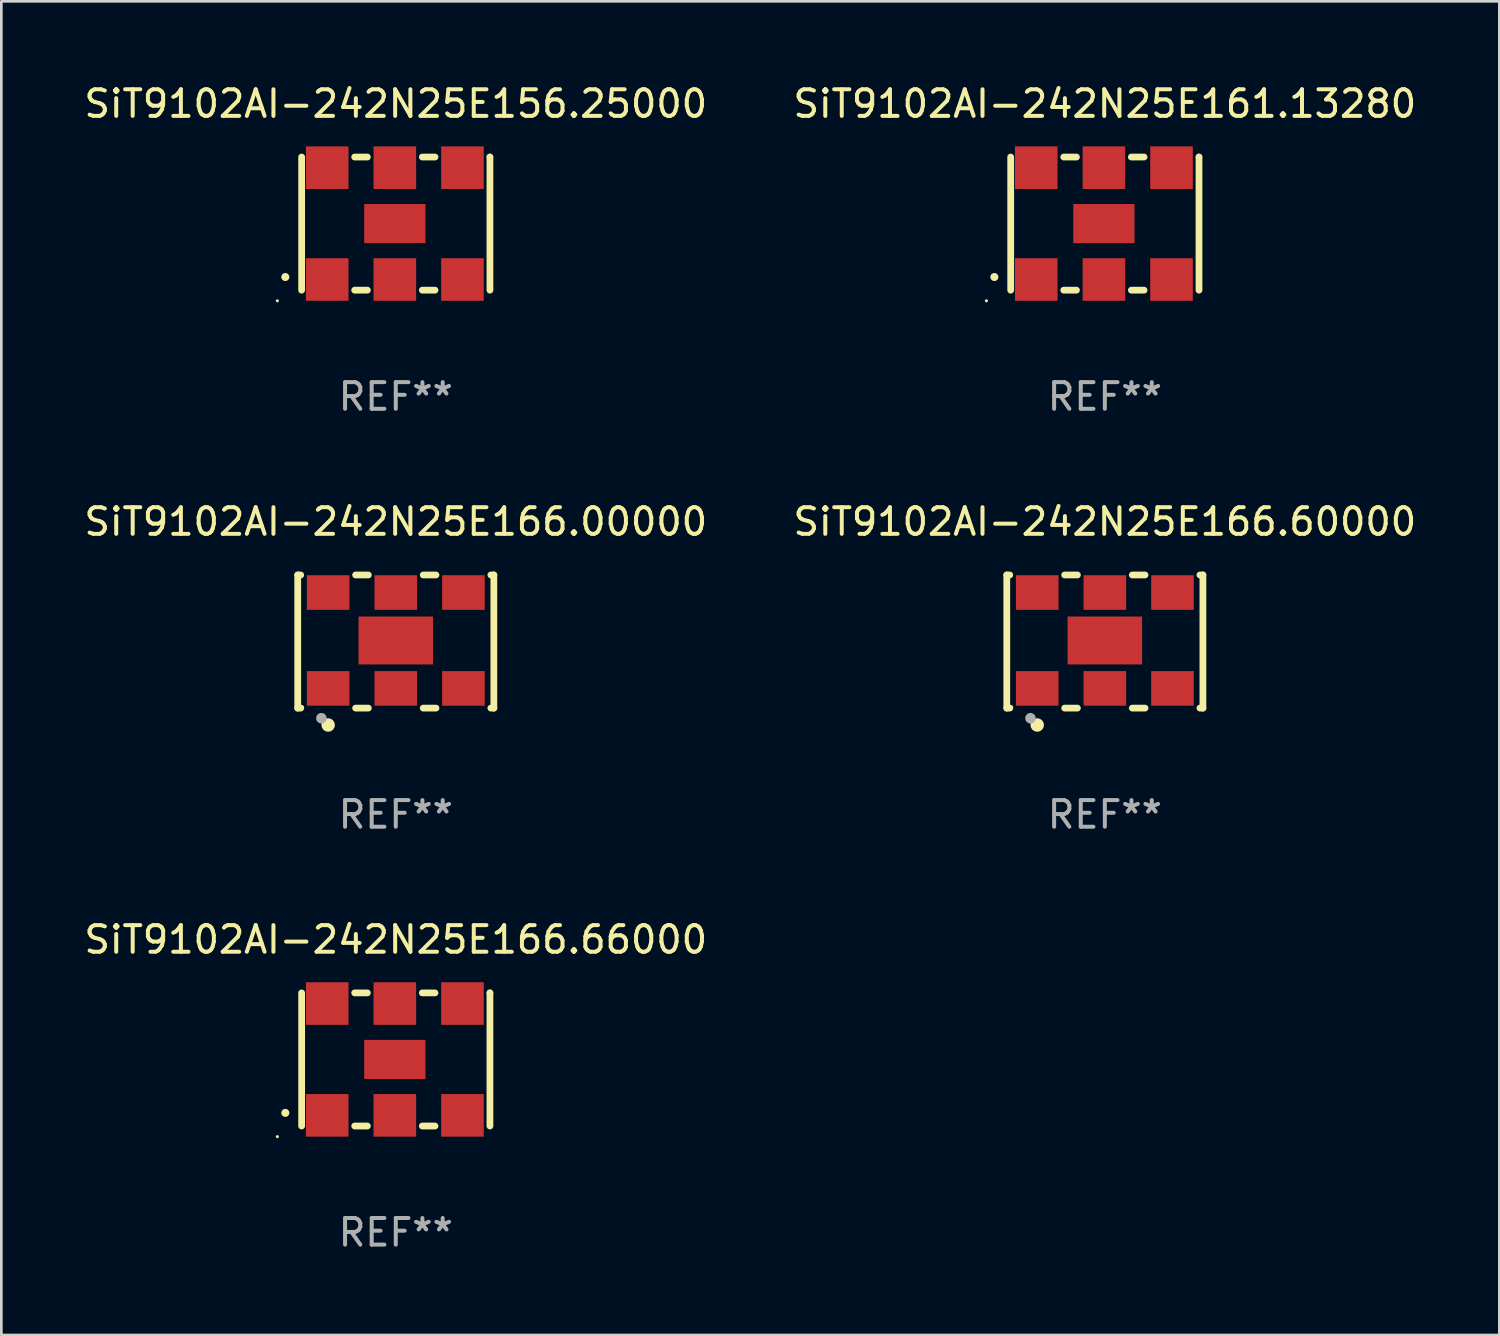
<source format=kicad_pcb>
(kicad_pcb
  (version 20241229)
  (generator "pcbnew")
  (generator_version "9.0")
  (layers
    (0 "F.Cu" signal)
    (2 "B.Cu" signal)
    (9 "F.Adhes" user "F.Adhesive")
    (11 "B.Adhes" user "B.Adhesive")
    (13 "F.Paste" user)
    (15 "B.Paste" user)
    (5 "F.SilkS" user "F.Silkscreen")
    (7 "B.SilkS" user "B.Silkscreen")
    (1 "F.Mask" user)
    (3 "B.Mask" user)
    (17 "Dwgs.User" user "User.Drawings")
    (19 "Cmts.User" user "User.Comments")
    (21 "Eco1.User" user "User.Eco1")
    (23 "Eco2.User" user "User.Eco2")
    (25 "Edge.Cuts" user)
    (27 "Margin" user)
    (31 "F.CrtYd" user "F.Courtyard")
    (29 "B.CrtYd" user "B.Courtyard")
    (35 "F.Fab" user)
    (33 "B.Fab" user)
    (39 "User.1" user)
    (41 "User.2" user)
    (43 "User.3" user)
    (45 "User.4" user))
  (footprint "SiT9102AI-242N25E161.13280"
    (layer "F.Cu")
    (at 38.446 5.348)
    (property "Reference" "SiT9102AI-242N25E161.13280" (at 0 -4.5 0) (layer "F.SilkS") (effects (font (size 1 1) (thickness 0.15))))
    (attr through_hole)
    (fp_line (start -3.536 -2.5) (end -3.536 2.5) (stroke (width 0.254) (type solid)) (layer "F.SilkS"))
    (fp_line (start -1.544 2.5) (end -1.067 2.5) (stroke (width 0.254) (type solid)) (layer "F.SilkS"))
    (fp_line (start -1.067 -2.5) (end -1.544 -2.5) (stroke (width 0.254) (type solid)) (layer "F.SilkS"))
    (fp_line (start 0.996 2.5) (end 1.473 2.5) (stroke (width 0.254) (type solid)) (layer "F.SilkS"))
    (fp_line (start 1.473 -2.5) (end 0.996 -2.5) (stroke (width 0.254) (type solid)) (layer "F.SilkS"))
    (fp_line (start 3.536 -2.5) (end 3.536 -2.5) (stroke (width 0.254) (type solid)) (layer "F.SilkS"))
    (fp_line (start 3.536 2.5) (end 3.536 -2.5) (stroke (width 0.254) (type solid)) (layer "F.SilkS"))
    (fp_arc (start -4.150432 2.006604) (mid -4.149162 2.006599) (end -4.147892 2.006604) (stroke (width 0.3) (type solid)) (layer "F.SilkS"))
    (fp_circle (center -4.449 2.9) (end -4.419 2.9) (stroke (width 0.06) (type solid)) (fill no) (layer "F.SilkS"))
    (fp_text user "REF**" (at 0 6.5 0) (layer "F.Fab") (effects (font (size 1 1) (thickness 0.15))))
    (pad "1" smd rect (at -2.576 2.1) (size 1.6 1.6) (layers "F.Cu" "F.Mask" "F.Paste"))
    (pad "2" smd rect (at -0.036 2.1) (size 1.6 1.6) (layers "F.Cu" "F.Mask" "F.Paste"))
    (pad "3" smd rect (at 2.504 2.1) (size 1.6 1.6) (layers "F.Cu" "F.Mask" "F.Paste"))
    (pad "4" smd rect (at 2.504 -2.1) (size 1.6 1.6) (layers "F.Cu" "F.Mask" "F.Paste"))
    (pad "5" smd rect (at -0.036 -2.1) (size 1.6 1.6) (layers "F.Cu" "F.Mask" "F.Paste"))
    (pad "6" smd rect (at -2.576 -2.1) (size 1.6 1.6) (layers "F.Cu" "F.Mask" "F.Paste"))
    (pad "7" smd rect (at -0.036 0) (size 2.3 1.47) (layers "F.Cu" "F.Mask" "F.Paste")))
  (footprint "SiT9102AI-242N25E166.60000"
    (layer "F.Cu")
    (at 38.446 21.045)
    (property "Reference" "SiT9102AI-242N25E166.60000" (at 0 -4.5 0) (layer "F.SilkS") (effects (font (size 1 1) (thickness 0.15))))
    (attr through_hole)
    (fp_line (start -3.683 -2.5) (end -3.571 -2.5) (stroke (width 0.254) (type solid)) (layer "F.SilkS"))
    (fp_line (start -3.683 2.5) (end -3.683 -2.5) (stroke (width 0.254) (type solid)) (layer "F.SilkS"))
    (fp_line (start -3.683 2.5) (end -3.571 2.5) (stroke (width 0.254) (type solid)) (layer "F.SilkS"))
    (fp_line (start -1.509 -2.5) (end -1.031 -2.5) (stroke (width 0.254) (type solid)) (layer "F.SilkS"))
    (fp_line (start -1.509 2.5) (end -1.031 2.5) (stroke (width 0.254) (type solid)) (layer "F.SilkS"))
    (fp_line (start 1.031 -2.5) (end 1.509 -2.5) (stroke (width 0.254) (type solid)) (layer "F.SilkS"))
    (fp_line (start 1.031 2.5) (end 1.509 2.5) (stroke (width 0.254) (type solid)) (layer "F.SilkS"))
    (fp_line (start 3.571 -2.5) (end 3.683 -2.5) (stroke (width 0.254) (type solid)) (layer "F.SilkS"))
    (fp_line (start 3.571 2.5) (end 3.683 2.5) (stroke (width 0.254) (type solid)) (layer "F.SilkS"))
    (fp_line (start 3.683 2.5) (end 3.683 -2.5) (stroke (width 0.254) (type solid)) (layer "F.SilkS"))
    (fp_circle (center -3.5 2.46) (end -3.47 2.46) (stroke (width 0.06) (type solid)) (fill no) (layer "F.SilkS"))
    (fp_circle (center -2.54 3.135) (end -2.413 3.135) (stroke (width 0.254) (type solid)) (fill no) (layer "F.SilkS"))
    (fp_circle (center -2.794 2.881) (end -2.694 2.881) (stroke (width 0.2) (type solid)) (fill no) (layer "F.Fab"))
    (fp_text user "REF**" (at 0 6.5 0) (layer "F.Fab") (effects (font (size 1 1) (thickness 0.15))))
    (pad "1" smd rect (at -2.54 1.76) (size 1.6 1.3) (layers "F.Cu" "F.Mask" "F.Paste"))
    (pad "2" smd rect (at 0 1.76) (size 1.6 1.3) (layers "F.Cu" "F.Mask" "F.Paste"))
    (pad "3" smd rect (at 2.54 1.76) (size 1.6 1.3) (layers "F.Cu" "F.Mask" "F.Paste"))
    (pad "4" smd rect (at 2.54 -1.84) (size 1.6 1.3) (layers "F.Cu" "F.Mask" "F.Paste"))
    (pad "5" smd rect (at 0 -1.84) (size 1.6 1.3) (layers "F.Cu" "F.Mask" "F.Paste"))
    (pad "6" smd rect (at -2.54 -1.84) (size 1.6 1.3) (layers "F.Cu" "F.Mask" "F.Paste"))
    (pad "7" smd rect (at 0 -0.04) (size 2.8 1.8) (layers "F.Cu" "F.Mask" "F.Paste")))
  (footprint "SiT9102AI-242N25E156.25000"
    (layer "F.Cu")
    (at 11.815 5.348)
    (property "Reference" "SiT9102AI-242N25E156.25000" (at 0 -4.5 0) (layer "F.SilkS") (effects (font (size 1 1) (thickness 0.15))))
    (attr through_hole)
    (fp_line (start -3.536 -2.5) (end -3.536 2.5) (stroke (width 0.254) (type solid)) (layer "F.SilkS"))
    (fp_line (start -1.544 2.5) (end -1.067 2.5) (stroke (width 0.254) (type solid)) (layer "F.SilkS"))
    (fp_line (start -1.067 -2.5) (end -1.544 -2.5) (stroke (width 0.254) (type solid)) (layer "F.SilkS"))
    (fp_line (start 0.996 2.5) (end 1.473 2.5) (stroke (width 0.254) (type solid)) (layer "F.SilkS"))
    (fp_line (start 1.473 -2.5) (end 0.996 -2.5) (stroke (width 0.254) (type solid)) (layer "F.SilkS"))
    (fp_line (start 3.536 -2.5) (end 3.536 -2.5) (stroke (width 0.254) (type solid)) (layer "F.SilkS"))
    (fp_line (start 3.536 2.5) (end 3.536 -2.5) (stroke (width 0.254) (type solid)) (layer "F.SilkS"))
    (fp_arc (start -4.150432 2.006604) (mid -4.149162 2.006599) (end -4.147892 2.006604) (stroke (width 0.3) (type solid)) (layer "F.SilkS"))
    (fp_circle (center -4.449 2.9) (end -4.419 2.9) (stroke (width 0.06) (type solid)) (fill no) (layer "F.SilkS"))
    (fp_text user "REF**" (at 0 6.5 0) (layer "F.Fab") (effects (font (size 1 1) (thickness 0.15))))
    (pad "1" smd rect (at -2.576 2.1) (size 1.6 1.6) (layers "F.Cu" "F.Mask" "F.Paste"))
    (pad "2" smd rect (at -0.036 2.1) (size 1.6 1.6) (layers "F.Cu" "F.Mask" "F.Paste"))
    (pad "3" smd rect (at 2.504 2.1) (size 1.6 1.6) (layers "F.Cu" "F.Mask" "F.Paste"))
    (pad "4" smd rect (at 2.504 -2.1) (size 1.6 1.6) (layers "F.Cu" "F.Mask" "F.Paste"))
    (pad "5" smd rect (at -0.036 -2.1) (size 1.6 1.6) (layers "F.Cu" "F.Mask" "F.Paste"))
    (pad "6" smd rect (at -2.576 -2.1) (size 1.6 1.6) (layers "F.Cu" "F.Mask" "F.Paste"))
    (pad "7" smd rect (at -0.036 0) (size 2.3 1.47) (layers "F.Cu" "F.Mask" "F.Paste")))
  (footprint "SiT9102AI-242N25E166.66000"
    (layer "F.Cu")
    (at 11.815 36.741)
    (property "Reference" "SiT9102AI-242N25E166.66000" (at 0 -4.5 0) (layer "F.SilkS") (effects (font (size 1 1) (thickness 0.15))))
    (attr through_hole)
    (fp_line (start -3.536 -2.5) (end -3.536 2.5) (stroke (width 0.254) (type solid)) (layer "F.SilkS"))
    (fp_line (start -1.544 2.5) (end -1.067 2.5) (stroke (width 0.254) (type solid)) (layer "F.SilkS"))
    (fp_line (start -1.067 -2.5) (end -1.544 -2.5) (stroke (width 0.254) (type solid)) (layer "F.SilkS"))
    (fp_line (start 0.996 2.5) (end 1.473 2.5) (stroke (width 0.254) (type solid)) (layer "F.SilkS"))
    (fp_line (start 1.473 -2.5) (end 0.996 -2.5) (stroke (width 0.254) (type solid)) (layer "F.SilkS"))
    (fp_line (start 3.536 -2.5) (end 3.536 -2.5) (stroke (width 0.254) (type solid)) (layer "F.SilkS"))
    (fp_line (start 3.536 2.5) (end 3.536 -2.5) (stroke (width 0.254) (type solid)) (layer "F.SilkS"))
    (fp_arc (start -4.150432 2.006604) (mid -4.149162 2.006599) (end -4.147892 2.006604) (stroke (width 0.3) (type solid)) (layer "F.SilkS"))
    (fp_circle (center -4.449 2.9) (end -4.419 2.9) (stroke (width 0.06) (type solid)) (fill no) (layer "F.SilkS"))
    (fp_text user "REF**" (at 0 6.5 0) (layer "F.Fab") (effects (font (size 1 1) (thickness 0.15))))
    (pad "1" smd rect (at -2.576 2.1) (size 1.6 1.6) (layers "F.Cu" "F.Mask" "F.Paste"))
    (pad "2" smd rect (at -0.036 2.1) (size 1.6 1.6) (layers "F.Cu" "F.Mask" "F.Paste"))
    (pad "3" smd rect (at 2.504 2.1) (size 1.6 1.6) (layers "F.Cu" "F.Mask" "F.Paste"))
    (pad "4" smd rect (at 2.504 -2.1) (size 1.6 1.6) (layers "F.Cu" "F.Mask" "F.Paste"))
    (pad "5" smd rect (at -0.036 -2.1) (size 1.6 1.6) (layers "F.Cu" "F.Mask" "F.Paste"))
    (pad "6" smd rect (at -2.576 -2.1) (size 1.6 1.6) (layers "F.Cu" "F.Mask" "F.Paste"))
    (pad "7" smd rect (at -0.036 0) (size 2.3 1.47) (layers "F.Cu" "F.Mask" "F.Paste")))
  (footprint "SiT9102AI-242N25E166.00000"
    (layer "F.Cu")
    (at 11.815 21.045)
    (property "Reference" "SiT9102AI-242N25E166.00000" (at 0 -4.5 0) (layer "F.SilkS") (effects (font (size 1 1) (thickness 0.15))))
    (attr through_hole)
    (fp_line (start -3.683 -2.5) (end -3.571 -2.5) (stroke (width 0.254) (type solid)) (layer "F.SilkS"))
    (fp_line (start -3.683 2.5) (end -3.683 -2.5) (stroke (width 0.254) (type solid)) (layer "F.SilkS"))
    (fp_line (start -3.683 2.5) (end -3.571 2.5) (stroke (width 0.254) (type solid)) (layer "F.SilkS"))
    (fp_line (start -1.509 -2.5) (end -1.031 -2.5) (stroke (width 0.254) (type solid)) (layer "F.SilkS"))
    (fp_line (start -1.509 2.5) (end -1.031 2.5) (stroke (width 0.254) (type solid)) (layer "F.SilkS"))
    (fp_line (start 1.031 -2.5) (end 1.509 -2.5) (stroke (width 0.254) (type solid)) (layer "F.SilkS"))
    (fp_line (start 1.031 2.5) (end 1.509 2.5) (stroke (width 0.254) (type solid)) (layer "F.SilkS"))
    (fp_line (start 3.571 -2.5) (end 3.683 -2.5) (stroke (width 0.254) (type solid)) (layer "F.SilkS"))
    (fp_line (start 3.571 2.5) (end 3.683 2.5) (stroke (width 0.254) (type solid)) (layer "F.SilkS"))
    (fp_line (start 3.683 2.5) (end 3.683 -2.5) (stroke (width 0.254) (type solid)) (layer "F.SilkS"))
    (fp_circle (center -3.5 2.46) (end -3.47 2.46) (stroke (width 0.06) (type solid)) (fill no) (layer "F.SilkS"))
    (fp_circle (center -2.54 3.135) (end -2.413 3.135) (stroke (width 0.254) (type solid)) (fill no) (layer "F.SilkS"))
    (fp_circle (center -2.794 2.881) (end -2.694 2.881) (stroke (width 0.2) (type solid)) (fill no) (layer "F.Fab"))
    (fp_text user "REF**" (at 0 6.5 0) (layer "F.Fab") (effects (font (size 1 1) (thickness 0.15))))
    (pad "1" smd rect (at -2.54 1.76) (size 1.6 1.3) (layers "F.Cu" "F.Mask" "F.Paste"))
    (pad "2" smd rect (at 0 1.76) (size 1.6 1.3) (layers "F.Cu" "F.Mask" "F.Paste"))
    (pad "3" smd rect (at 2.54 1.76) (size 1.6 1.3) (layers "F.Cu" "F.Mask" "F.Paste"))
    (pad "4" smd rect (at 2.54 -1.84) (size 1.6 1.3) (layers "F.Cu" "F.Mask" "F.Paste"))
    (pad "5" smd rect (at 0 -1.84) (size 1.6 1.3) (layers "F.Cu" "F.Mask" "F.Paste"))
    (pad "6" smd rect (at -2.54 -1.84) (size 1.6 1.3) (layers "F.Cu" "F.Mask" "F.Paste"))
    (pad "7" smd rect (at 0 -0.04) (size 2.8 1.8) (layers "F.Cu" "F.Mask" "F.Paste")))
  (gr_rect
    (start -3 -3)
    (end 53.262 47.09)
    (stroke (width 0.1) (type default))
    (fill no)
    (layer "Edge.Cuts")))
</source>
